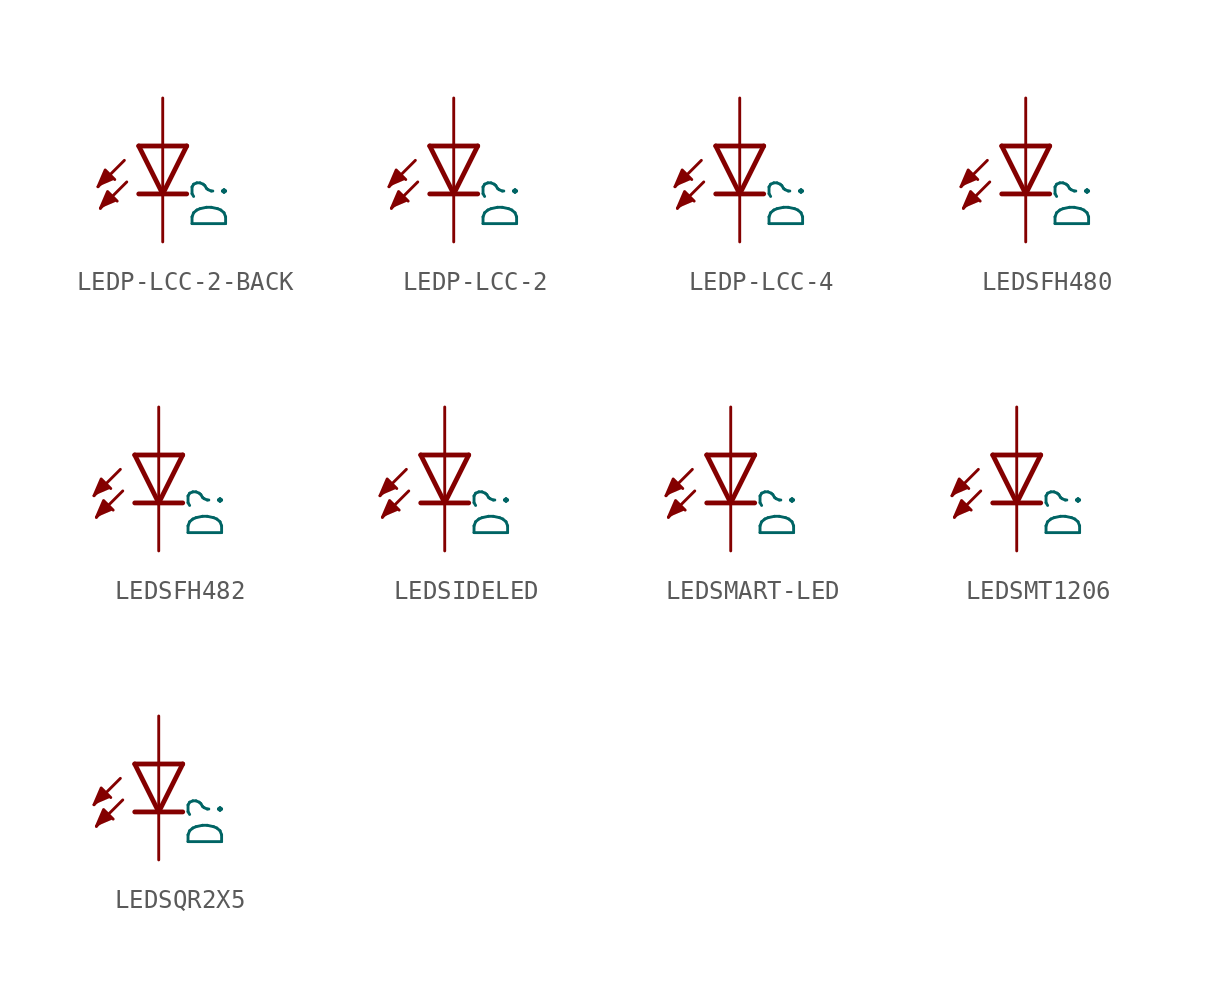
<source format=kicad_sym>
(kicad_symbol_lib
  (version 20220914)
  (generator kicad_symbol_editor)
  (symbol "LEDP-LCC-2-BACK"
    (property "Reference" "D"
      (at 3.556 -4.572 90)
      (effects (font (size 1.778 1.511)) (justify left bottom)))
    (property "Value" ""
      (at 5.715 -4.572 90)
      (effects (font (size 1.778 1.511)) (justify left bottom)))
    (property "ki_locked" ""
      (at 0 0 0)
      (effects (font (size 1.27 1.27))))
    (symbol "LEDP-LCC-2-BACK_1_0"
      (polyline (pts (xy -2.032 -0.762) (xy -3.429 -2.159)) (stroke (width 0.152) (type solid)) (fill (type none)))
      (polyline (pts (xy -1.905 -1.905) (xy -3.302 -3.302)) (stroke (width 0.152) (type solid)) (fill (type none)))
      (polyline (pts (xy 0 -2.54) (xy -1.27 -2.54)) (stroke (width 0.254) (type solid)) (fill (type none)))
      (polyline (pts (xy 0 -2.54) (xy -1.27 0)) (stroke (width 0.254) (type solid)) (fill (type none)))
      (polyline (pts (xy 0 0) (xy -1.27 0)) (stroke (width 0.254) (type solid)) (fill (type none)))
      (polyline (pts (xy 0 0) (xy 0 -2.54)) (stroke (width 0.152) (type solid)) (fill (type none)))
      (polyline (pts (xy 1.27 -2.54) (xy 0 -2.54)) (stroke (width 0.254) (type solid)) (fill (type none)))
      (polyline (pts (xy 1.27 0) (xy 0 -2.54)) (stroke (width 0.254) (type solid)) (fill (type none)))
      (polyline (pts (xy 1.27 0) (xy 0 0)) (stroke (width 0.254) (type solid)) (fill (type none)))
      (polyline (pts (xy -3.429 -2.159) (xy -3.048 -1.27) (xy -2.54 -1.778)) (stroke (width 0.152) (type solid)) (fill (type outline)))
      (polyline (pts (xy -3.302 -3.302) (xy -2.921 -2.413) (xy -2.413 -2.921)) (stroke (width 0.152) (type solid)) (fill (type outline)))
      (pin passive line (at 0 2.54 270) (length 2.54) (name "A" (effects (font (size 0 0)))) (number "A" (effects (font (size 0 0)))))
      (pin passive line (at 0 -5.08 90) (length 2.54) (name "C" (effects (font (size 0 0)))) (number "C" (effects (font (size 0 0)))))))
  (symbol "LEDP-LCC-2"
    (property "Reference" "D"
      (at 3.556 -4.572 90)
      (effects (font (size 1.778 1.511)) (justify left bottom)))
    (property "Value" ""
      (at 5.715 -4.572 90)
      (effects (font (size 1.778 1.511)) (justify left bottom)))
    (property "ki_locked" ""
      (at 0 0 0)
      (effects (font (size 1.27 1.27))))
    (symbol "LEDP-LCC-2_1_0"
      (polyline (pts (xy -2.032 -0.762) (xy -3.429 -2.159)) (stroke (width 0.152) (type solid)) (fill (type none)))
      (polyline (pts (xy -1.905 -1.905) (xy -3.302 -3.302)) (stroke (width 0.152) (type solid)) (fill (type none)))
      (polyline (pts (xy 0 -2.54) (xy -1.27 -2.54)) (stroke (width 0.254) (type solid)) (fill (type none)))
      (polyline (pts (xy 0 -2.54) (xy -1.27 0)) (stroke (width 0.254) (type solid)) (fill (type none)))
      (polyline (pts (xy 0 0) (xy -1.27 0)) (stroke (width 0.254) (type solid)) (fill (type none)))
      (polyline (pts (xy 0 0) (xy 0 -2.54)) (stroke (width 0.152) (type solid)) (fill (type none)))
      (polyline (pts (xy 1.27 -2.54) (xy 0 -2.54)) (stroke (width 0.254) (type solid)) (fill (type none)))
      (polyline (pts (xy 1.27 0) (xy 0 -2.54)) (stroke (width 0.254) (type solid)) (fill (type none)))
      (polyline (pts (xy 1.27 0) (xy 0 0)) (stroke (width 0.254) (type solid)) (fill (type none)))
      (polyline (pts (xy -3.429 -2.159) (xy -3.048 -1.27) (xy -2.54 -1.778)) (stroke (width 0.152) (type solid)) (fill (type outline)))
      (polyline (pts (xy -3.302 -3.302) (xy -2.921 -2.413) (xy -2.413 -2.921)) (stroke (width 0.152) (type solid)) (fill (type outline)))
      (pin passive line (at 0 2.54 270) (length 2.54) (name "A" (effects (font (size 0 0)))) (number "A" (effects (font (size 0 0)))))
      (pin passive line (at 0 -5.08 90) (length 2.54) (name "C" (effects (font (size 0 0)))) (number "C" (effects (font (size 0 0)))))))
  (symbol "LEDP-LCC-4"
    (property "Reference" "D"
      (at 3.556 -4.572 90)
      (effects (font (size 1.778 1.511)) (justify left bottom)))
    (property "Value" ""
      (at 5.715 -4.572 90)
      (effects (font (size 1.778 1.511)) (justify left bottom)))
    (property "ki_locked" ""
      (at 0 0 0)
      (effects (font (size 1.27 1.27))))
    (symbol "LEDP-LCC-4_1_0"
      (polyline (pts (xy -2.032 -0.762) (xy -3.429 -2.159)) (stroke (width 0.152) (type solid)) (fill (type none)))
      (polyline (pts (xy -1.905 -1.905) (xy -3.302 -3.302)) (stroke (width 0.152) (type solid)) (fill (type none)))
      (polyline (pts (xy 0 -2.54) (xy -1.27 -2.54)) (stroke (width 0.254) (type solid)) (fill (type none)))
      (polyline (pts (xy 0 -2.54) (xy -1.27 0)) (stroke (width 0.254) (type solid)) (fill (type none)))
      (polyline (pts (xy 0 0) (xy -1.27 0)) (stroke (width 0.254) (type solid)) (fill (type none)))
      (polyline (pts (xy 0 0) (xy 0 -2.54)) (stroke (width 0.152) (type solid)) (fill (type none)))
      (polyline (pts (xy 1.27 -2.54) (xy 0 -2.54)) (stroke (width 0.254) (type solid)) (fill (type none)))
      (polyline (pts (xy 1.27 0) (xy 0 -2.54)) (stroke (width 0.254) (type solid)) (fill (type none)))
      (polyline (pts (xy 1.27 0) (xy 0 0)) (stroke (width 0.254) (type solid)) (fill (type none)))
      (polyline (pts (xy -3.429 -2.159) (xy -3.048 -1.27) (xy -2.54 -1.778)) (stroke (width 0.152) (type solid)) (fill (type outline)))
      (polyline (pts (xy -3.302 -3.302) (xy -2.921 -2.413) (xy -2.413 -2.921)) (stroke (width 0.152) (type solid)) (fill (type outline)))
      (pin passive line (at 0 2.54 270) (length 2.54) (name "A" (effects (font (size 0 0)))) (number "A" (effects (font (size 0 0)))))
      (pin passive line (at 0 -5.08 90) (length 2.54) (name "C" (effects (font (size 0 0)))) (number "C@4" (effects (font (size 0 0)))))))
  (symbol "LEDSFH480"
    (property "Reference" "D"
      (at 3.556 -4.572 90)
      (effects (font (size 1.778 1.511)) (justify left bottom)))
    (property "Value" ""
      (at 5.715 -4.572 90)
      (effects (font (size 1.778 1.511)) (justify left bottom)))
    (property "ki_locked" ""
      (at 0 0 0)
      (effects (font (size 1.27 1.27))))
    (symbol "LEDSFH480_1_0"
      (polyline (pts (xy -2.032 -0.762) (xy -3.429 -2.159)) (stroke (width 0.152) (type solid)) (fill (type none)))
      (polyline (pts (xy -1.905 -1.905) (xy -3.302 -3.302)) (stroke (width 0.152) (type solid)) (fill (type none)))
      (polyline (pts (xy 0 -2.54) (xy -1.27 -2.54)) (stroke (width 0.254) (type solid)) (fill (type none)))
      (polyline (pts (xy 0 -2.54) (xy -1.27 0)) (stroke (width 0.254) (type solid)) (fill (type none)))
      (polyline (pts (xy 0 0) (xy -1.27 0)) (stroke (width 0.254) (type solid)) (fill (type none)))
      (polyline (pts (xy 0 0) (xy 0 -2.54)) (stroke (width 0.152) (type solid)) (fill (type none)))
      (polyline (pts (xy 1.27 -2.54) (xy 0 -2.54)) (stroke (width 0.254) (type solid)) (fill (type none)))
      (polyline (pts (xy 1.27 0) (xy 0 -2.54)) (stroke (width 0.254) (type solid)) (fill (type none)))
      (polyline (pts (xy 1.27 0) (xy 0 0)) (stroke (width 0.254) (type solid)) (fill (type none)))
      (polyline (pts (xy -3.429 -2.159) (xy -3.048 -1.27) (xy -2.54 -1.778)) (stroke (width 0.152) (type solid)) (fill (type outline)))
      (polyline (pts (xy -3.302 -3.302) (xy -2.921 -2.413) (xy -2.413 -2.921)) (stroke (width 0.152) (type solid)) (fill (type outline)))
      (pin passive line (at 0 2.54 270) (length 2.54) (name "A" (effects (font (size 0 0)))) (number "A" (effects (font (size 0 0)))))
      (pin passive line (at 0 -5.08 90) (length 2.54) (name "C" (effects (font (size 0 0)))) (number "K" (effects (font (size 0 0)))))))
  (symbol "LEDSFH482"
    (property "Reference" "D"
      (at 3.556 -4.572 90)
      (effects (font (size 1.778 1.511)) (justify left bottom)))
    (property "Value" ""
      (at 5.715 -4.572 90)
      (effects (font (size 1.778 1.511)) (justify left bottom)))
    (property "ki_locked" ""
      (at 0 0 0)
      (effects (font (size 1.27 1.27))))
    (symbol "LEDSFH482_1_0"
      (polyline (pts (xy -2.032 -0.762) (xy -3.429 -2.159)) (stroke (width 0.152) (type solid)) (fill (type none)))
      (polyline (pts (xy -1.905 -1.905) (xy -3.302 -3.302)) (stroke (width 0.152) (type solid)) (fill (type none)))
      (polyline (pts (xy 0 -2.54) (xy -1.27 -2.54)) (stroke (width 0.254) (type solid)) (fill (type none)))
      (polyline (pts (xy 0 -2.54) (xy -1.27 0)) (stroke (width 0.254) (type solid)) (fill (type none)))
      (polyline (pts (xy 0 0) (xy -1.27 0)) (stroke (width 0.254) (type solid)) (fill (type none)))
      (polyline (pts (xy 0 0) (xy 0 -2.54)) (stroke (width 0.152) (type solid)) (fill (type none)))
      (polyline (pts (xy 1.27 -2.54) (xy 0 -2.54)) (stroke (width 0.254) (type solid)) (fill (type none)))
      (polyline (pts (xy 1.27 0) (xy 0 -2.54)) (stroke (width 0.254) (type solid)) (fill (type none)))
      (polyline (pts (xy 1.27 0) (xy 0 0)) (stroke (width 0.254) (type solid)) (fill (type none)))
      (polyline (pts (xy -3.429 -2.159) (xy -3.048 -1.27) (xy -2.54 -1.778)) (stroke (width 0.152) (type solid)) (fill (type outline)))
      (polyline (pts (xy -3.302 -3.302) (xy -2.921 -2.413) (xy -2.413 -2.921)) (stroke (width 0.152) (type solid)) (fill (type outline)))
      (pin passive line (at 0 2.54 270) (length 2.54) (name "A" (effects (font (size 0 0)))) (number "A" (effects (font (size 0 0)))))
      (pin passive line (at 0 -5.08 90) (length 2.54) (name "C" (effects (font (size 0 0)))) (number "K" (effects (font (size 0 0)))))))
  (symbol "LEDSIDELED"
    (property "Reference" "D"
      (at 3.556 -4.572 90)
      (effects (font (size 1.778 1.511)) (justify left bottom)))
    (property "Value" ""
      (at 5.715 -4.572 90)
      (effects (font (size 1.778 1.511)) (justify left bottom)))
    (property "ki_locked" ""
      (at 0 0 0)
      (effects (font (size 1.27 1.27))))
    (symbol "LEDSIDELED_1_0"
      (polyline (pts (xy -2.032 -0.762) (xy -3.429 -2.159)) (stroke (width 0.152) (type solid)) (fill (type none)))
      (polyline (pts (xy -1.905 -1.905) (xy -3.302 -3.302)) (stroke (width 0.152) (type solid)) (fill (type none)))
      (polyline (pts (xy 0 -2.54) (xy -1.27 -2.54)) (stroke (width 0.254) (type solid)) (fill (type none)))
      (polyline (pts (xy 0 -2.54) (xy -1.27 0)) (stroke (width 0.254) (type solid)) (fill (type none)))
      (polyline (pts (xy 0 0) (xy -1.27 0)) (stroke (width 0.254) (type solid)) (fill (type none)))
      (polyline (pts (xy 0 0) (xy 0 -2.54)) (stroke (width 0.152) (type solid)) (fill (type none)))
      (polyline (pts (xy 1.27 -2.54) (xy 0 -2.54)) (stroke (width 0.254) (type solid)) (fill (type none)))
      (polyline (pts (xy 1.27 0) (xy 0 -2.54)) (stroke (width 0.254) (type solid)) (fill (type none)))
      (polyline (pts (xy 1.27 0) (xy 0 0)) (stroke (width 0.254) (type solid)) (fill (type none)))
      (polyline (pts (xy -3.429 -2.159) (xy -3.048 -1.27) (xy -2.54 -1.778)) (stroke (width 0.152) (type solid)) (fill (type outline)))
      (polyline (pts (xy -3.302 -3.302) (xy -2.921 -2.413) (xy -2.413 -2.921)) (stroke (width 0.152) (type solid)) (fill (type outline)))
      (pin passive line (at 0 2.54 270) (length 2.54) (name "A" (effects (font (size 0 0)))) (number "A" (effects (font (size 0 0)))))
      (pin passive line (at 0 -5.08 90) (length 2.54) (name "C" (effects (font (size 0 0)))) (number "C" (effects (font (size 0 0)))))))
  (symbol "LEDSMART-LED"
    (property "Reference" "D"
      (at 3.556 -4.572 90)
      (effects (font (size 1.778 1.511)) (justify left bottom)))
    (property "Value" ""
      (at 5.715 -4.572 90)
      (effects (font (size 1.778 1.511)) (justify left bottom)))
    (property "ki_locked" ""
      (at 0 0 0)
      (effects (font (size 1.27 1.27))))
    (symbol "LEDSMART-LED_1_0"
      (polyline (pts (xy -2.032 -0.762) (xy -3.429 -2.159)) (stroke (width 0.152) (type solid)) (fill (type none)))
      (polyline (pts (xy -1.905 -1.905) (xy -3.302 -3.302)) (stroke (width 0.152) (type solid)) (fill (type none)))
      (polyline (pts (xy 0 -2.54) (xy -1.27 -2.54)) (stroke (width 0.254) (type solid)) (fill (type none)))
      (polyline (pts (xy 0 -2.54) (xy -1.27 0)) (stroke (width 0.254) (type solid)) (fill (type none)))
      (polyline (pts (xy 0 0) (xy -1.27 0)) (stroke (width 0.254) (type solid)) (fill (type none)))
      (polyline (pts (xy 0 0) (xy 0 -2.54)) (stroke (width 0.152) (type solid)) (fill (type none)))
      (polyline (pts (xy 1.27 -2.54) (xy 0 -2.54)) (stroke (width 0.254) (type solid)) (fill (type none)))
      (polyline (pts (xy 1.27 0) (xy 0 -2.54)) (stroke (width 0.254) (type solid)) (fill (type none)))
      (polyline (pts (xy 1.27 0) (xy 0 0)) (stroke (width 0.254) (type solid)) (fill (type none)))
      (polyline (pts (xy -3.429 -2.159) (xy -3.048 -1.27) (xy -2.54 -1.778)) (stroke (width 0.152) (type solid)) (fill (type outline)))
      (polyline (pts (xy -3.302 -3.302) (xy -2.921 -2.413) (xy -2.413 -2.921)) (stroke (width 0.152) (type solid)) (fill (type outline)))
      (pin passive line (at 0 2.54 270) (length 2.54) (name "A" (effects (font (size 0 0)))) (number "A" (effects (font (size 0 0)))))
      (pin passive line (at 0 -5.08 90) (length 2.54) (name "C" (effects (font (size 0 0)))) (number "B" (effects (font (size 0 0)))))))
  (symbol "LEDSMT1206"
    (property "Reference" "D"
      (at 3.556 -4.572 90)
      (effects (font (size 1.778 1.511)) (justify left bottom)))
    (property "Value" ""
      (at 5.715 -4.572 90)
      (effects (font (size 1.778 1.511)) (justify left bottom)))
    (property "ki_locked" ""
      (at 0 0 0)
      (effects (font (size 1.27 1.27))))
    (symbol "LEDSMT1206_1_0"
      (polyline (pts (xy -2.032 -0.762) (xy -3.429 -2.159)) (stroke (width 0.152) (type solid)) (fill (type none)))
      (polyline (pts (xy -1.905 -1.905) (xy -3.302 -3.302)) (stroke (width 0.152) (type solid)) (fill (type none)))
      (polyline (pts (xy 0 -2.54) (xy -1.27 -2.54)) (stroke (width 0.254) (type solid)) (fill (type none)))
      (polyline (pts (xy 0 -2.54) (xy -1.27 0)) (stroke (width 0.254) (type solid)) (fill (type none)))
      (polyline (pts (xy 0 0) (xy -1.27 0)) (stroke (width 0.254) (type solid)) (fill (type none)))
      (polyline (pts (xy 0 0) (xy 0 -2.54)) (stroke (width 0.152) (type solid)) (fill (type none)))
      (polyline (pts (xy 1.27 -2.54) (xy 0 -2.54)) (stroke (width 0.254) (type solid)) (fill (type none)))
      (polyline (pts (xy 1.27 0) (xy 0 -2.54)) (stroke (width 0.254) (type solid)) (fill (type none)))
      (polyline (pts (xy 1.27 0) (xy 0 0)) (stroke (width 0.254) (type solid)) (fill (type none)))
      (polyline (pts (xy -3.429 -2.159) (xy -3.048 -1.27) (xy -2.54 -1.778)) (stroke (width 0.152) (type solid)) (fill (type outline)))
      (polyline (pts (xy -3.302 -3.302) (xy -2.921 -2.413) (xy -2.413 -2.921)) (stroke (width 0.152) (type solid)) (fill (type outline)))
      (pin passive line (at 0 2.54 270) (length 2.54) (name "A" (effects (font (size 0 0)))) (number "A" (effects (font (size 0 0)))))
      (pin passive line (at 0 -5.08 90) (length 2.54) (name "C" (effects (font (size 0 0)))) (number "C" (effects (font (size 0 0)))))))
  (symbol "LEDSQR2X5"
    (property "Reference" "D"
      (at 3.556 -4.572 90)
      (effects (font (size 1.778 1.511)) (justify left bottom)))
    (property "Value" ""
      (at 5.715 -4.572 90)
      (effects (font (size 1.778 1.511)) (justify left bottom)))
    (property "ki_locked" ""
      (at 0 0 0)
      (effects (font (size 1.27 1.27))))
    (symbol "LEDSQR2X5_1_0"
      (polyline (pts (xy -2.032 -0.762) (xy -3.429 -2.159)) (stroke (width 0.152) (type solid)) (fill (type none)))
      (polyline (pts (xy -1.905 -1.905) (xy -3.302 -3.302)) (stroke (width 0.152) (type solid)) (fill (type none)))
      (polyline (pts (xy 0 -2.54) (xy -1.27 -2.54)) (stroke (width 0.254) (type solid)) (fill (type none)))
      (polyline (pts (xy 0 -2.54) (xy -1.27 0)) (stroke (width 0.254) (type solid)) (fill (type none)))
      (polyline (pts (xy 0 0) (xy -1.27 0)) (stroke (width 0.254) (type solid)) (fill (type none)))
      (polyline (pts (xy 0 0) (xy 0 -2.54)) (stroke (width 0.152) (type solid)) (fill (type none)))
      (polyline (pts (xy 1.27 -2.54) (xy 0 -2.54)) (stroke (width 0.254) (type solid)) (fill (type none)))
      (polyline (pts (xy 1.27 0) (xy 0 -2.54)) (stroke (width 0.254) (type solid)) (fill (type none)))
      (polyline (pts (xy 1.27 0) (xy 0 0)) (stroke (width 0.254) (type solid)) (fill (type none)))
      (polyline (pts (xy -3.429 -2.159) (xy -3.048 -1.27) (xy -2.54 -1.778)) (stroke (width 0.152) (type solid)) (fill (type outline)))
      (polyline (pts (xy -3.302 -3.302) (xy -2.921 -2.413) (xy -2.413 -2.921)) (stroke (width 0.152) (type solid)) (fill (type outline)))
      (pin passive line (at 0 2.54 270) (length 2.54) (name "A" (effects (font (size 0 0)))) (number "A" (effects (font (size 0 0)))))
      (pin passive line (at 0 -5.08 90) (length 2.54) (name "C" (effects (font (size 0 0)))) (number "K" (effects (font (size 0 0))))))))
</source>
